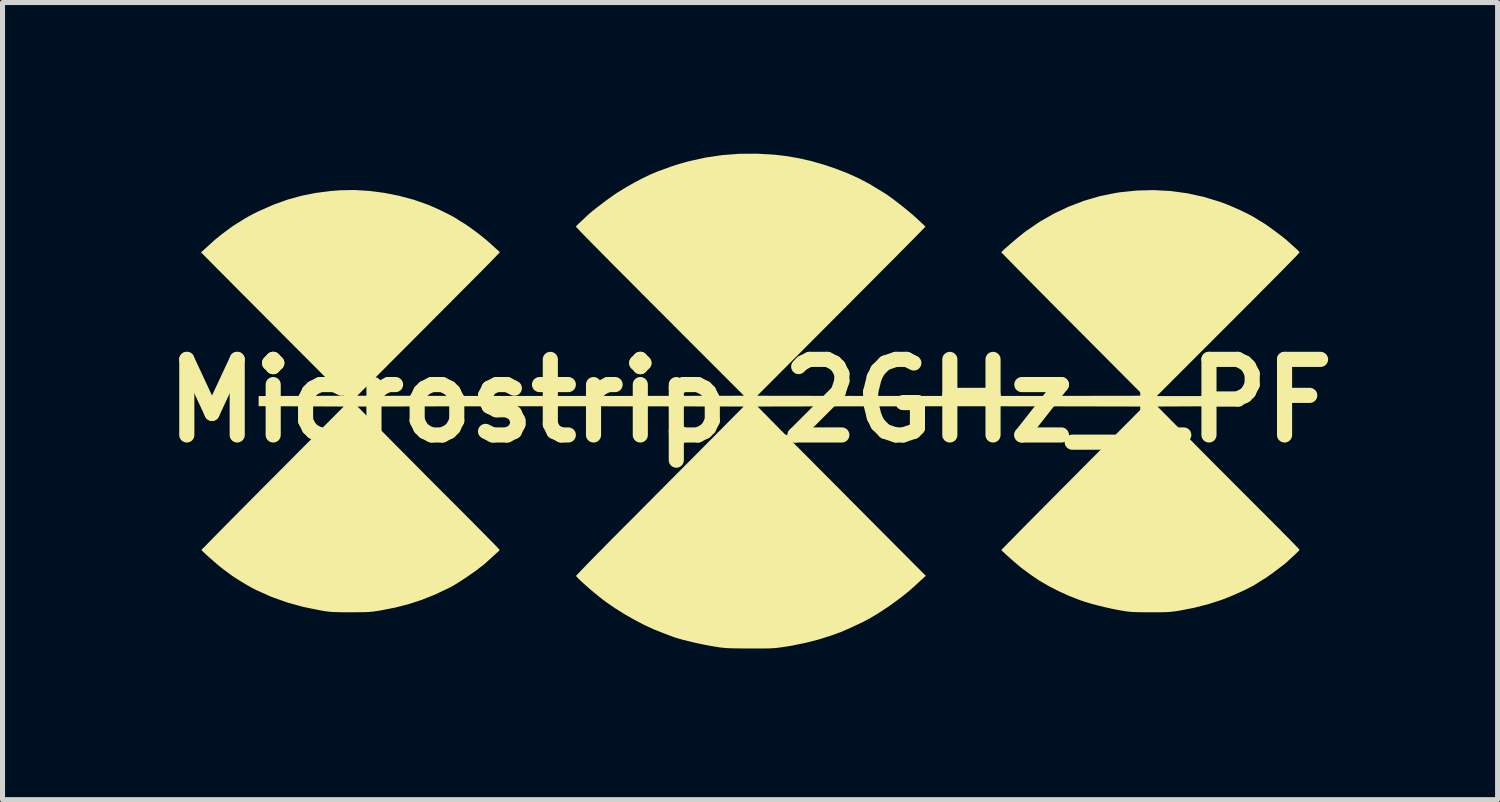
<source format=kicad_pcb>
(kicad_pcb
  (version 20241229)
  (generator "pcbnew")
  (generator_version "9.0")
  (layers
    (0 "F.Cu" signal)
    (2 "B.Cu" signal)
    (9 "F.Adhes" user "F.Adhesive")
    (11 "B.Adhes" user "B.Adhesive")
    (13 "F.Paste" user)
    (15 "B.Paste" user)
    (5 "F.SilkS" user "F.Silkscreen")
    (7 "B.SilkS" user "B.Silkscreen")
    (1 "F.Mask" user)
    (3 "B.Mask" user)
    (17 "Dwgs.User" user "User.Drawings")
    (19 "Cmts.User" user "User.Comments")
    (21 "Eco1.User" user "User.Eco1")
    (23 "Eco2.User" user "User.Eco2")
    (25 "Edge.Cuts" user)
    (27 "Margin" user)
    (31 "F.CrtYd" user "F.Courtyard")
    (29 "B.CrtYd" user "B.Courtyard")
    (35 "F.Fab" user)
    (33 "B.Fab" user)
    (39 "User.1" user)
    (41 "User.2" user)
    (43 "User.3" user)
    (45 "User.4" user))
  (footprint "Microstrip_2GHz_LPF"
    (layer "F.Cu")
    (at 11.836 4.904)
    (property "Reference" "Microstrip_2GHz_LPF" (at 0 0 0) (layer "F.SilkS") (effects (font (size 1.5 1.5) (thickness 0.3))))
    (attr board_only exclude_from_pos_files exclude_from_bom)
    (fp_poly (pts (xy 0.485 -4.884) (xy 0.73 -4.855) (xy 0.971 -4.813) (xy 1.219 -4.756) (xy 1.468 -4.685) (xy 1.713 -4.602) (xy 1.95 -4.509) (xy 2.171 -4.408) (xy 2.374 -4.301) (xy 2.438 -4.262) (xy 2.5 -4.224) (xy 2.561 -4.187) (xy 2.614 -4.155) (xy 2.646 -4.136) (xy 2.704 -4.099) (xy 2.778 -4.047) (xy 2.863 -3.984) (xy 2.954 -3.914) (xy 3.047 -3.841) (xy 3.138 -3.767) (xy 3.222 -3.696) (xy 3.294 -3.632) (xy 3.302 -3.624) (xy 3.359 -3.572) (xy 3.408 -3.526) (xy 3.447 -3.489) (xy 3.472 -3.465) (xy 3.48 -3.456) (xy 3.471 -3.446) (xy 3.444 -3.418) (xy 3.4 -3.373) (xy 3.34 -3.312) (xy 3.265 -3.235) (xy 3.176 -3.145) (xy 3.073 -3.041) (xy 2.958 -2.925) (xy 2.832 -2.798) (xy 2.695 -2.661) (xy 2.549 -2.514) (xy 2.395 -2.359) (xy 2.233 -2.196) (xy 2.064 -2.027) (xy 1.89 -1.852) (xy 1.813 -1.775) (xy 0.142 -0.1) (xy 2.06 -0.097) (xy 2.331 -0.097) (xy 2.624 -0.096) (xy 2.935 -0.096) (xy 3.26 -0.096) (xy 3.594 -0.096) (xy 3.933 -0.096) (xy 4.273 -0.096) (xy 4.608 -0.096) (xy 4.936 -0.096) (xy 5.251 -0.096) (xy 5.549 -0.097) (xy 5.826 -0.097) (xy 5.895 -0.097) (xy 7.811 -0.1) (xy 6.397 -1.52) (xy 6.235 -1.682) (xy 6.078 -1.84) (xy 5.928 -1.991) (xy 5.785 -2.135) (xy 5.651 -2.271) (xy 5.525 -2.397) (xy 5.411 -2.513) (xy 5.307 -2.618) (xy 5.217 -2.71) (xy 5.14 -2.789) (xy 5.077 -2.853) (xy 5.03 -2.901) (xy 5 -2.933) (xy 4.987 -2.947) (xy 4.987 -2.948) (xy 5 -2.963) (xy 5.03 -2.993) (xy 5.075 -3.034) (xy 5.13 -3.082) (xy 5.192 -3.136) (xy 5.257 -3.191) (xy 5.323 -3.246) (xy 5.385 -3.296) (xy 5.44 -3.34) (xy 5.471 -3.364) (xy 5.745 -3.551) (xy 6.031 -3.715) (xy 6.328 -3.855) (xy 6.633 -3.971) (xy 6.946 -4.062) (xy 7.265 -4.127) (xy 7.341 -4.138) (xy 7.679 -4.173) (xy 8.015 -4.181) (xy 8.348 -4.163) (xy 8.677 -4.118) (xy 9.002 -4.047) (xy 9.312 -3.953) (xy 9.425 -3.912) (xy 9.547 -3.863) (xy 9.67 -3.809) (xy 9.79 -3.753) (xy 9.901 -3.698) (xy 9.997 -3.646) (xy 10.054 -3.611) (xy 10.105 -3.579) (xy 10.163 -3.543) (xy 10.195 -3.524) (xy 10.234 -3.499) (xy 10.288 -3.461) (xy 10.352 -3.415) (xy 10.422 -3.364) (xy 10.492 -3.311) (xy 10.557 -3.262) (xy 10.611 -3.219) (xy 10.651 -3.186) (xy 10.658 -3.18) (xy 10.686 -3.154) (xy 10.727 -3.117) (xy 10.775 -3.074) (xy 10.802 -3.05) (xy 10.845 -3.011) (xy 10.879 -2.978) (xy 10.9 -2.956) (xy 10.905 -2.948) (xy 10.902 -2.943) (xy 10.892 -2.931) (xy 10.876 -2.912) (xy 10.851 -2.885) (xy 10.818 -2.85) (xy 10.775 -2.806) (xy 10.722 -2.752) (xy 10.658 -2.687) (xy 10.583 -2.61) (xy 10.495 -2.521) (xy 10.394 -2.419) (xy 10.279 -2.303) (xy 10.149 -2.173) (xy 10.004 -2.027) (xy 9.843 -1.866) (xy 9.665 -1.687) (xy 9.469 -1.491) (xy 9.3 -1.323) (xy 8.072 -0.094) (xy 8.919 -0.094) (xy 9.766 -0.094) (xy 9.766 0.007) (xy 9.766 0.107) (xy 8.926 0.11) (xy 8.086 0.114) (xy 8.789 0.824) (xy 8.928 0.965) (xy 9.083 1.121) (xy 9.248 1.287) (xy 9.419 1.458) (xy 9.592 1.632) (xy 9.763 1.803) (xy 9.927 1.967) (xy 10.08 2.121) (xy 10.198 2.239) (xy 10.312 2.353) (xy 10.421 2.461) (xy 10.522 2.563) (xy 10.614 2.656) (xy 10.697 2.739) (xy 10.767 2.812) (xy 10.825 2.871) (xy 10.868 2.916) (xy 10.895 2.945) (xy 10.905 2.956) (xy 10.905 2.956) (xy 10.896 2.97) (xy 10.87 2.997) (xy 10.833 3.034) (xy 10.795 3.069) (xy 10.748 3.112) (xy 10.705 3.152) (xy 10.672 3.182) (xy 10.658 3.196) (xy 10.634 3.217) (xy 10.593 3.251) (xy 10.532 3.297) (xy 10.452 3.358) (xy 10.351 3.433) (xy 10.33 3.448) (xy 10.278 3.485) (xy 10.226 3.52) (xy 10.183 3.547) (xy 10.182 3.547) (xy 10.134 3.576) (xy 10.081 3.61) (xy 10.054 3.628) (xy 9.997 3.663) (xy 9.92 3.704) (xy 9.828 3.75) (xy 9.726 3.798) (xy 9.62 3.845) (xy 9.514 3.89) (xy 9.414 3.93) (xy 9.344 3.956) (xy 9.08 4.04) (xy 8.808 4.109) (xy 8.54 4.161) (xy 8.475 4.172) (xy 8.418 4.18) (xy 8.365 4.186) (xy 8.311 4.191) (xy 8.252 4.194) (xy 8.182 4.196) (xy 8.096 4.197) (xy 7.991 4.197) (xy 7.944 4.197) (xy 7.829 4.197) (xy 7.736 4.196) (xy 7.66 4.194) (xy 7.597 4.192) (xy 7.541 4.187) (xy 7.488 4.182) (xy 7.434 4.174) (xy 7.372 4.164) (xy 7.355 4.161) (xy 7.215 4.135) (xy 7.067 4.102) (xy 6.917 4.066) (xy 6.774 4.028) (xy 6.643 3.989) (xy 6.538 3.953) (xy 6.33 3.871) (xy 6.124 3.778) (xy 5.926 3.676) (xy 5.741 3.568) (xy 5.577 3.458) (xy 5.546 3.436) (xy 5.495 3.397) (xy 5.436 3.354) (xy 5.392 3.321) (xy 5.362 3.297) (xy 5.319 3.261) (xy 5.267 3.218) (xy 5.211 3.169) (xy 5.154 3.118) (xy 5.1 3.07) (xy 5.053 3.027) (xy 5.016 2.992) (xy 4.993 2.969) (xy 4.987 2.962) (xy 4.996 2.951) (xy 5.023 2.923) (xy 5.067 2.878) (xy 5.126 2.817) (xy 5.201 2.742) (xy 5.289 2.652) (xy 5.389 2.55) (xy 5.502 2.436) (xy 5.625 2.312) (xy 5.758 2.178) (xy 5.899 2.036) (xy 6.048 1.886) (xy 6.203 1.729) (xy 6.364 1.568) (xy 6.397 1.534) (xy 7.81 0.114) (xy 5.894 0.11) (xy 5.624 0.11) (xy 5.331 0.11) (xy 5.02 0.109) (xy 4.695 0.109) (xy 4.361 0.109) (xy 4.022 0.109) (xy 3.683 0.109) (xy 3.347 0.109) (xy 3.02 0.109) (xy 2.705 0.11) (xy 2.407 0.11) (xy 2.13 0.11) (xy 2.064 0.11) (xy 0.149 0.114) (xy 0.499 0.469) (xy 0.551 0.522) (xy 0.621 0.593) (xy 0.707 0.68) (xy 0.808 0.781) (xy 0.921 0.895) (xy 1.046 1.021) (xy 1.181 1.156) (xy 1.324 1.301) (xy 1.475 1.452) (xy 1.631 1.609) (xy 1.791 1.769) (xy 1.953 1.933) (xy 2.117 2.097) (xy 2.168 2.149) (xy 3.488 3.474) (xy 3.435 3.521) (xy 3.405 3.548) (xy 3.361 3.589) (xy 3.309 3.637) (xy 3.254 3.688) (xy 3.247 3.694) (xy 3.147 3.782) (xy 3.03 3.876) (xy 2.903 3.972) (xy 2.769 4.068) (xy 2.633 4.16) (xy 2.5 4.244) (xy 2.374 4.319) (xy 2.262 4.379) (xy 2.217 4.401) (xy 2.17 4.423) (xy 2.108 4.452) (xy 2.041 4.483) (xy 2.001 4.502) (xy 1.8 4.59) (xy 1.577 4.67) (xy 1.341 4.743) (xy 1.096 4.805) (xy 0.847 4.856) (xy 0.725 4.877) (xy 0.654 4.887) (xy 0.594 4.896) (xy 0.54 4.903) (xy 0.488 4.908) (xy 0.433 4.911) (xy 0.372 4.914) (xy 0.301 4.915) (xy 0.214 4.916) (xy 0.109 4.916) (xy -0.005 4.915) (xy -0.133 4.915) (xy -0.237 4.914) (xy -0.323 4.913) (xy -0.394 4.911) (xy -0.455 4.908) (xy -0.509 4.904) (xy -0.561 4.899) (xy -0.615 4.892) (xy -0.675 4.883) (xy -0.71 4.877) (xy -0.803 4.861) (xy -0.908 4.841) (xy -1.018 4.818) (xy -1.13 4.793) (xy -1.238 4.767) (xy -1.337 4.742) (xy -1.423 4.718) (xy -1.49 4.698) (xy -1.517 4.688) (xy -1.56 4.672) (xy -1.619 4.65) (xy -1.685 4.625) (xy -1.731 4.608) (xy -1.91 4.536) (xy -2.101 4.448) (xy -2.298 4.345) (xy -2.495 4.233) (xy -2.685 4.113) (xy -2.862 3.991) (xy -2.922 3.946) (xy -2.983 3.898) (xy -3.051 3.843) (xy -3.123 3.784) (xy -3.194 3.723) (xy -3.263 3.662) (xy -3.325 3.606) (xy -3.379 3.556) (xy -3.42 3.516) (xy -3.446 3.487) (xy -3.453 3.476) (xy -3.445 3.464) (xy -3.418 3.435) (xy -3.375 3.39) (xy -3.317 3.33) (xy -3.245 3.255) (xy -3.161 3.169) (xy -3.065 3.071) (xy -2.958 2.963) (xy -2.843 2.846) (xy -2.72 2.722) (xy -2.591 2.592) (xy -2.496 2.496) (xy -2.342 2.343) (xy -2.18 2.18) (xy -2.013 2.012) (xy -1.842 1.84) (xy -1.671 1.668) (xy -1.503 1.499) (xy -1.34 1.335) (xy -1.186 1.18) (xy -1.042 1.036) (xy -0.913 0.906) (xy -0.831 0.823) (xy -0.128 0.114) (xy -2.048 0.11) (xy -2.318 0.11) (xy -2.611 0.11) (xy -2.922 0.109) (xy -3.246 0.109) (xy -3.58 0.109) (xy -3.918 0.109) (xy -4.257 0.109) (xy -4.592 0.109) (xy -4.919 0.109) (xy -5.233 0.11) (xy -5.531 0.11) (xy -5.807 0.11) (xy -5.879 0.11) (xy -7.79 0.114) (xy -7.16 0.75) (xy -7.043 0.869) (xy -6.909 1.003) (xy -6.764 1.149) (xy -6.61 1.304) (xy -6.45 1.465) (xy -6.289 1.627) (xy -6.129 1.788) (xy -5.973 1.943) (xy -5.826 2.09) (xy -5.751 2.166) (xy -5.631 2.286) (xy -5.516 2.401) (xy -5.409 2.509) (xy -5.31 2.609) (xy -5.221 2.699) (xy -5.144 2.778) (xy -5.078 2.844) (xy -5.027 2.897) (xy -4.992 2.935) (xy -4.973 2.956) (xy -4.97 2.959) (xy -4.98 2.975) (xy -5.003 2.998) (xy -5.007 3.001) (xy -5.033 3.023) (xy -5.071 3.058) (xy -5.116 3.099) (xy -5.138 3.12) (xy -5.278 3.246) (xy -5.445 3.375) (xy -5.633 3.505) (xy -5.714 3.558) (xy -5.777 3.599) (xy -5.828 3.631) (xy -5.872 3.658) (xy -5.913 3.681) (xy -5.958 3.705) (xy -5.992 3.722) (xy -6.251 3.845) (xy -6.511 3.949) (xy -6.778 4.036) (xy -7.057 4.107) (xy -7.335 4.161) (xy -7.4 4.171) (xy -7.457 4.18) (xy -7.511 4.186) (xy -7.565 4.191) (xy -7.626 4.194) (xy -7.697 4.196) (xy -7.783 4.196) (xy -7.89 4.197) (xy -7.931 4.197) (xy -8.046 4.197) (xy -8.139 4.196) (xy -8.215 4.194) (xy -8.279 4.192) (xy -8.335 4.187) (xy -8.388 4.182) (xy -8.443 4.174) (xy -8.505 4.164) (xy -8.52 4.161) (xy -8.862 4.092) (xy -9.187 4.002) (xy -9.496 3.892) (xy -9.79 3.761) (xy -9.88 3.715) (xy -9.936 3.684) (xy -10.005 3.645) (xy -10.079 3.6) (xy -10.152 3.555) (xy -10.219 3.512) (xy -10.274 3.476) (xy -10.302 3.456) (xy -10.334 3.432) (xy -10.38 3.398) (xy -10.432 3.36) (xy -10.456 3.342) (xy -10.491 3.314) (xy -10.538 3.276) (xy -10.593 3.23) (xy -10.652 3.179) (xy -10.712 3.127) (xy -10.768 3.077) (xy -10.817 3.031) (xy -10.856 2.995) (xy -10.881 2.97) (xy -10.888 2.961) (xy -10.879 2.951) (xy -10.852 2.923) (xy -10.808 2.878) (xy -10.749 2.817) (xy -10.675 2.742) (xy -10.587 2.652) (xy -10.486 2.55) (xy -10.374 2.436) (xy -10.251 2.312) (xy -10.118 2.178) (xy -9.977 2.036) (xy -9.828 1.886) (xy -9.673 1.729) (xy -9.512 1.568) (xy -9.478 1.534) (xy -8.065 0.114) (xy -8.909 0.11) (xy -9.753 0.107) (xy -9.753 0.007) (xy -9.753 -0.094) (xy -8.908 -0.097) (xy -8.063 -0.1) (xy -9.213 -1.253) (xy -9.365 -1.406) (xy -9.515 -1.557) (xy -9.663 -1.705) (xy -9.806 -1.849) (xy -9.944 -1.987) (xy -10.074 -2.117) (xy -10.195 -2.239) (xy -10.305 -2.35) (xy -10.403 -2.449) (xy -10.488 -2.534) (xy -10.558 -2.604) (xy -10.611 -2.657) (xy -10.629 -2.676) (xy -10.896 -2.946) (xy -10.817 -3.017) (xy -10.765 -3.064) (xy -10.706 -3.117) (xy -10.657 -3.163) (xy -10.609 -3.205) (xy -10.546 -3.256) (xy -10.474 -3.313) (xy -10.398 -3.37) (xy -10.324 -3.425) (xy -10.258 -3.472) (xy -10.204 -3.507) (xy -10.188 -3.517) (xy -10.142 -3.544) (xy -10.086 -3.579) (xy -10.032 -3.613) (xy -10.029 -3.615) (xy -9.984 -3.642) (xy -9.921 -3.676) (xy -9.849 -3.714) (xy -9.772 -3.752) (xy -9.741 -3.767) (xy -9.46 -3.891) (xy -9.182 -3.991) (xy -8.902 -4.069) (xy -8.615 -4.126) (xy -8.315 -4.164) (xy -8.132 -4.178) (xy -7.848 -4.183) (xy -7.556 -4.165) (xy -7.261 -4.127) (xy -6.968 -4.069) (xy -6.683 -3.993) (xy -6.411 -3.898) (xy -6.282 -3.844) (xy -6.206 -3.81) (xy -6.125 -3.772) (xy -6.044 -3.732) (xy -5.967 -3.693) (xy -5.901 -3.658) (xy -5.85 -3.629) (xy -5.821 -3.611) (xy -5.789 -3.589) (xy -5.743 -3.56) (xy -5.694 -3.531) (xy -5.694 -3.531) (xy -5.637 -3.495) (xy -5.566 -3.446) (xy -5.485 -3.387) (xy -5.4 -3.324) (xy -5.317 -3.258) (xy -5.24 -3.196) (xy -5.175 -3.14) (xy -5.157 -3.124) (xy -5.108 -3.079) (xy -5.062 -3.037) (xy -5.024 -3.003) (xy -5.011 -2.991) (xy -4.964 -2.95) (xy -5.098 -2.81) (xy -5.124 -2.783) (xy -5.167 -2.739) (xy -5.227 -2.678) (xy -5.302 -2.602) (xy -5.391 -2.512) (xy -5.493 -2.41) (xy -5.606 -2.296) (xy -5.73 -2.172) (xy -5.862 -2.039) (xy -6.002 -1.898) (xy -6.149 -1.751) (xy -6.301 -1.599) (xy -6.456 -1.442) (xy -6.514 -1.385) (xy -7.796 -0.1) (xy -5.873 -0.097) (xy -5.602 -0.097) (xy -5.309 -0.096) (xy -4.998 -0.096) (xy -4.673 -0.096) (xy -4.34 -0.096) (xy -4.001 -0.096) (xy -3.662 -0.096) (xy -3.326 -0.096) (xy -2.999 -0.096) (xy -2.684 -0.096) (xy -2.386 -0.097) (xy -2.11 -0.097) (xy -2.035 -0.097) (xy -0.121 -0.1) (xy -0.744 -0.723) (xy -1.041 -1.02) (xy -1.319 -1.298) (xy -1.578 -1.558) (xy -1.819 -1.799) (xy -2.043 -2.023) (xy -2.249 -2.23) (xy -2.437 -2.419) (xy -2.609 -2.591) (xy -2.764 -2.747) (xy -2.902 -2.887) (xy -3.024 -3.01) (xy -3.131 -3.118) (xy -3.222 -3.211) (xy -3.297 -3.288) (xy -3.358 -3.351) (xy -3.404 -3.399) (xy -3.435 -3.432) (xy -3.452 -3.452) (xy -3.456 -3.458) (xy -3.447 -3.47) (xy -3.423 -3.495) (xy -3.387 -3.53) (xy -3.366 -3.55) (xy -3.315 -3.597) (xy -3.262 -3.647) (xy -3.217 -3.689) (xy -3.208 -3.697) (xy -3.168 -3.733) (xy -3.109 -3.781) (xy -3.039 -3.836) (xy -2.96 -3.896) (xy -2.879 -3.958) (xy -2.8 -4.016) (xy -2.727 -4.068) (xy -2.665 -4.111) (xy -2.639 -4.128) (xy -2.471 -4.231) (xy -2.305 -4.326) (xy -2.144 -4.411) (xy -1.994 -4.484) (xy -1.858 -4.542) (xy -1.788 -4.568) (xy -1.722 -4.592) (xy -1.645 -4.62) (xy -1.575 -4.646) (xy -1.567 -4.649) (xy -1.516 -4.666) (xy -1.446 -4.688) (xy -1.364 -4.712) (xy -1.276 -4.737) (xy -1.206 -4.756) (xy -0.883 -4.827) (xy -0.55 -4.876) (xy -0.209 -4.902) (xy 0.137 -4.904)) (stroke (width 0) (type solid)) (fill yes) (layer "F.SilkS")))
  (gr_rect
    (start -3 -3)
    (end 26.671 12.82)
    (stroke (width 0.1) (type default))
    (fill no)
    (layer "Edge.Cuts")))
</source>
